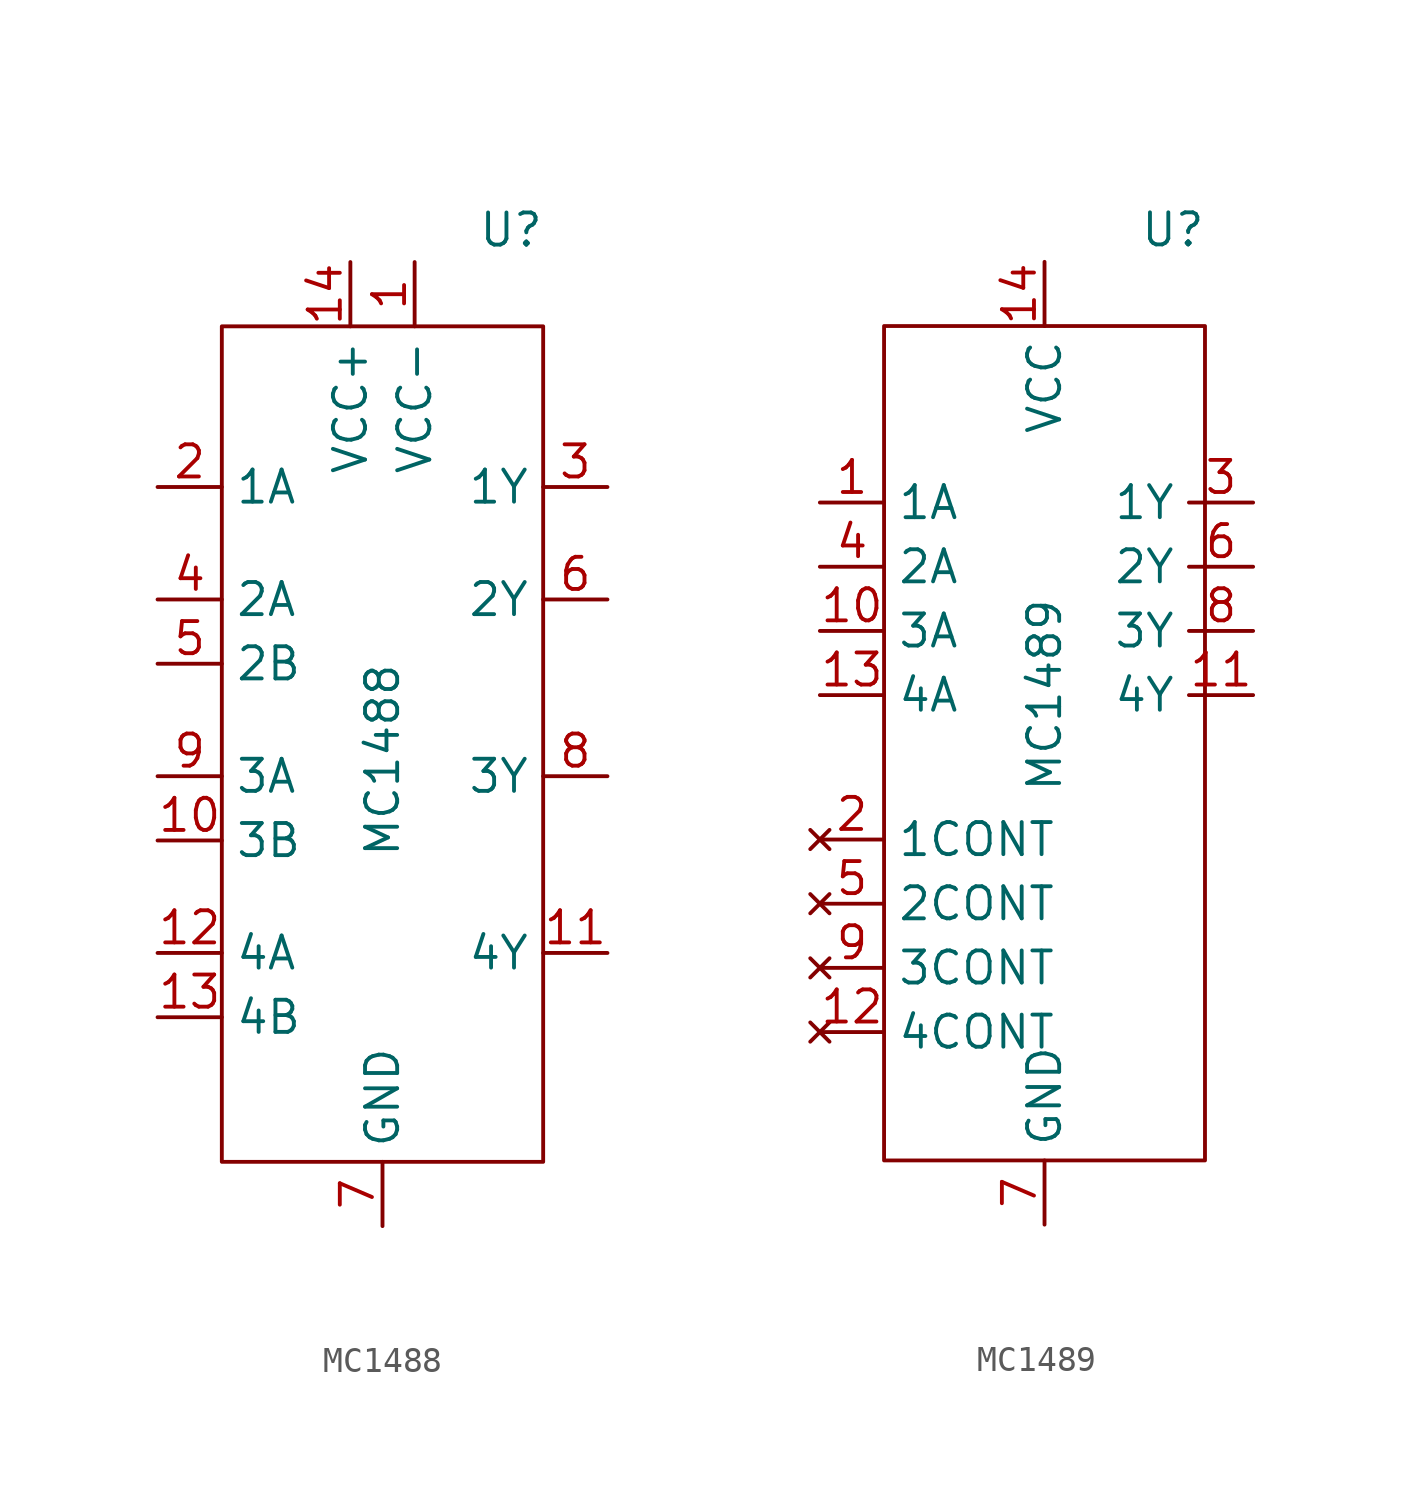
<source format=kicad_sym>
(kicad_symbol_lib
  (version 20211014)
  (generator kicad_symbol_editor)
  (symbol "MC1488"
    (property "Reference" "U"
      (at 5.08 5.08 0)
      (effects (font (size 1.27 1.27))))
    (property "Value" "MC1488"
      (at 0 -15.875 90)
      (effects (font (size 1.27 1.27))))
    (symbol "MC1488_0_0"
      (pin power_in line (at 1.27 3.81 270) (length 2.54) (name "VCC-" (effects (font (size 1.27 1.27)))) (number "1" (effects (font (size 1.27 1.27)))))
      (pin input line (at -8.89 -19.05 0) (length 2.54) (name "3B" (effects (font (size 1.27 1.27)))) (number "10" (effects (font (size 1.27 1.27)))))
      (pin output line (at 8.89 -23.495 180) (length 2.54) (name "4Y" (effects (font (size 1.27 1.27)))) (number "11" (effects (font (size 1.27 1.27)))))
      (pin input line (at -8.89 -23.495 0) (length 2.54) (name "4A" (effects (font (size 1.27 1.27)))) (number "12" (effects (font (size 1.27 1.27)))))
      (pin input line (at -8.89 -26.035 0) (length 2.54) (name "4B" (effects (font (size 1.27 1.27)))) (number "13" (effects (font (size 1.27 1.27)))))
      (pin power_in line (at -1.27 3.81 270) (length 2.54) (name "VCC+" (effects (font (size 1.27 1.27)))) (number "14" (effects (font (size 1.27 1.27)))))
      (pin input line (at -8.89 -5.08 0) (length 2.54) (name "1A" (effects (font (size 1.27 1.27)))) (number "2" (effects (font (size 1.27 1.27)))))
      (pin output line (at 8.89 -5.08 180) (length 2.54) (name "1Y" (effects (font (size 1.27 1.27)))) (number "3" (effects (font (size 1.27 1.27)))))
      (pin input line (at -8.89 -9.525 0) (length 2.54) (name "2A" (effects (font (size 1.27 1.27)))) (number "4" (effects (font (size 1.27 1.27)))))
      (pin input line (at -8.89 -12.065 0) (length 2.54) (name "2B" (effects (font (size 1.27 1.27)))) (number "5" (effects (font (size 1.27 1.27)))))
      (pin output line (at 8.89 -9.525 180) (length 2.54) (name "2Y" (effects (font (size 1.27 1.27)))) (number "6" (effects (font (size 1.27 1.27)))))
      (pin power_in line (at 0 -34.29 90) (length 2.54) (name "GND" (effects (font (size 1.27 1.27)))) (number "7" (effects (font (size 1.27 1.27)))))
      (pin output line (at 8.89 -16.51 180) (length 2.54) (name "3Y" (effects (font (size 1.27 1.27)))) (number "8" (effects (font (size 1.27 1.27)))))
      (pin input line (at -8.89 -16.51 0) (length 2.54) (name "3A" (effects (font (size 1.27 1.27)))) (number "9" (effects (font (size 1.27 1.27))))))
    (symbol "MC1488_0_1"
      (rectangle (start -6.35 1.27) (end 6.35 -31.75) (stroke (width 0) (type default) (color 0 0 0 0)) (fill (type none)))))
  (symbol "MC1489"
    (property "Reference" "U"
      (at 5.08 5.08 0)
      (effects (font (size 1.27 1.27))))
    (property "Value" "MC1489"
      (at 0 -13.335 90)
      (effects (font (size 1.27 1.27))))
    (symbol "MC1489_0_0"
      (pin input line (at -8.89 -5.715 0) (length 2.54) (name "1A" (effects (font (size 1.27 1.27)))) (number "1" (effects (font (size 1.27 1.27)))))
      (pin input line (at -8.89 -10.795 0) (length 2.54) (name "3A" (effects (font (size 1.27 1.27)))) (number "10" (effects (font (size 1.27 1.27)))))
      (pin output line (at 8.255 -13.335 180) (length 2.54) (name "4Y" (effects (font (size 1.27 1.27)))) (number "11" (effects (font (size 1.27 1.27)))))
      (pin no_connect line (at -8.89 -26.67 0) (length 2.54) (name "4CONT" (effects (font (size 1.27 1.27)))) (number "12" (effects (font (size 1.27 1.27)))))
      (pin input line (at -8.89 -13.335 0) (length 2.54) (name "4A" (effects (font (size 1.27 1.27)))) (number "13" (effects (font (size 1.27 1.27)))))
      (pin power_in line (at 0 3.81 270) (length 2.54) (name "VCC" (effects (font (size 1.27 1.27)))) (number "14" (effects (font (size 1.27 1.27)))))
      (pin no_connect line (at -8.89 -19.05 0) (length 2.54) (name "1CONT" (effects (font (size 1.27 1.27)))) (number "2" (effects (font (size 1.27 1.27)))))
      (pin output line (at 8.255 -5.715 180) (length 2.54) (name "1Y" (effects (font (size 1.27 1.27)))) (number "3" (effects (font (size 1.27 1.27)))))
      (pin input line (at -8.89 -8.255 0) (length 2.54) (name "2A" (effects (font (size 1.27 1.27)))) (number "4" (effects (font (size 1.27 1.27)))))
      (pin no_connect line (at -8.89 -21.59 0) (length 2.54) (name "2CONT" (effects (font (size 1.27 1.27)))) (number "5" (effects (font (size 1.27 1.27)))))
      (pin output line (at 8.255 -8.255 180) (length 2.54) (name "2Y" (effects (font (size 1.27 1.27)))) (number "6" (effects (font (size 1.27 1.27)))))
      (pin power_in line (at 0 -34.29 90) (length 2.54) (name "GND" (effects (font (size 1.27 1.27)))) (number "7" (effects (font (size 1.27 1.27)))))
      (pin output line (at 8.255 -10.795 180) (length 2.54) (name "3Y" (effects (font (size 1.27 1.27)))) (number "8" (effects (font (size 1.27 1.27)))))
      (pin no_connect line (at -8.89 -24.13 0) (length 2.54) (name "3CONT" (effects (font (size 1.27 1.27)))) (number "9" (effects (font (size 1.27 1.27))))))
    (symbol "MC1489_0_1"
      (rectangle (start -6.35 1.27) (end 6.35 -31.75) (stroke (width 0) (type default) (color 0 0 0 0)) (fill (type none))))))
</source>
